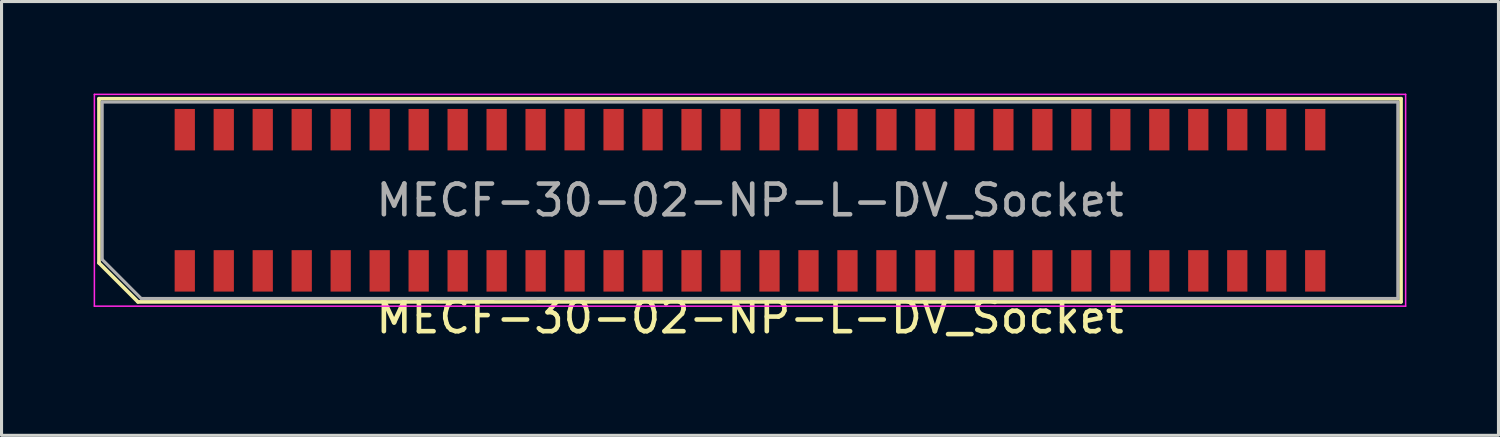
<source format=kicad_pcb>
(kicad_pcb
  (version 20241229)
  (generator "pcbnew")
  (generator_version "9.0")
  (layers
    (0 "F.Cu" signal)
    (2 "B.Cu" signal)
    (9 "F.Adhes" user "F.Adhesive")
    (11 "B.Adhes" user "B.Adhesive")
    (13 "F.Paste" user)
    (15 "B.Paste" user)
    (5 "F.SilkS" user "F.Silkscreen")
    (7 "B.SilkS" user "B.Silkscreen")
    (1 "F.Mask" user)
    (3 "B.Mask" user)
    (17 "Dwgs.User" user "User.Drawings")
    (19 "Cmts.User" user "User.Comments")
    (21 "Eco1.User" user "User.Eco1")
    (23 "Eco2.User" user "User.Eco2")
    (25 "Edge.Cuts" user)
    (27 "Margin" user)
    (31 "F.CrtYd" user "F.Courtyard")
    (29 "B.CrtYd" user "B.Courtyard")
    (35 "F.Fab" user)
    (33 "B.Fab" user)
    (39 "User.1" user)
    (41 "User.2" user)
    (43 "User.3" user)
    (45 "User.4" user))
  (footprint "MECF-30-02-NP-L-DV_Socket"
    (layer "F.Cu")
    (at 21.385 3.475)
    (property "Reference" "MECF-30-02-NP-L-DV_Socket" (at 0 3.81 0) (layer "F.SilkS") (effects (font (size 1 1) (thickness 0.15))))
    (attr smd)
    (fp_line (start -21.21 -3.31) (end 21.21 -3.31) (stroke (width 0.12) (type solid)) (layer "F.SilkS"))
    (fp_line (start -21.21 2.04) (end -21.21 -3.31) (stroke (width 0.12) (type solid)) (layer "F.SilkS"))
    (fp_line (start -19.94 3.31) (end -21.21 2.04) (stroke (width 0.12) (type solid)) (layer "F.SilkS"))
    (fp_line (start -19.94 3.31) (end 21.21 3.31) (stroke (width 0.12) (type solid)) (layer "F.SilkS"))
    (fp_line (start 21.21 3.31) (end 21.21 -3.31) (stroke (width 0.12) (type solid)) (layer "F.SilkS"))
    (fp_line (start -21.36 -3.45) (end -21.36 3.45) (stroke (width 0.05) (type solid)) (layer "F.CrtYd"))
    (fp_line (start -21.36 3.45) (end 21.36 3.45) (stroke (width 0.05) (type solid)) (layer "F.CrtYd"))
    (fp_line (start 21.36 -3.45) (end -21.36 -3.45) (stroke (width 0.05) (type solid)) (layer "F.CrtYd"))
    (fp_line (start 21.36 3.45) (end 21.36 -3.45) (stroke (width 0.05) (type solid)) (layer "F.CrtYd"))
    (fp_line (start -21.105 -3.2) (end 21.105 -3.2) (stroke (width 0.1) (type solid)) (layer "F.Fab"))
    (fp_line (start -21.105 1.93) (end -21.105 -3.2) (stroke (width 0.1) (type solid)) (layer "F.Fab"))
    (fp_line (start -21.105 1.93) (end -19.835 3.2) (stroke (width 0.1) (type solid)) (layer "F.Fab"))
    (fp_line (start -19.835 3.2) (end 21.105 3.2) (stroke (width 0.1) (type solid)) (layer "F.Fab"))
    (fp_line (start 21.105 3.2) (end 21.105 -3.2) (stroke (width 0.1) (type solid)) (layer "F.Fab"))
    (fp_text user "${REFERENCE}" (at 0 0 0) (layer "F.Fab") (effects (font (size 1 1) (thickness 0.15))))
    (pad "" np_thru_hole circle (at -20.195 0) (size 0.001 0.001) (drill 1.45) (layers "*.Cu" "*.Mask"))
    (pad "" np_thru_hole circle (at 20.195 1) (size 0.001 0.001) (drill 1.45) (layers "*.Cu" "*.Mask"))
    (pad "1" smd rect (at -18.415 2.3) (size 0.66 1.35) (layers "F.Cu" "F.Mask" "F.Paste"))
    (pad "2" smd rect (at -18.415 -2.3) (size 0.66 1.35) (layers "F.Cu" "F.Mask" "F.Paste"))
    (pad "3" smd rect (at -17.145 2.3) (size 0.66 1.35) (layers "F.Cu" "F.Mask" "F.Paste"))
    (pad "4" smd rect (at -17.145 -2.3) (size 0.66 1.35) (layers "F.Cu" "F.Mask" "F.Paste"))
    (pad "5" smd rect (at -15.875 2.3) (size 0.66 1.35) (layers "F.Cu" "F.Mask" "F.Paste"))
    (pad "6" smd rect (at -15.875 -2.3) (size 0.66 1.35) (layers "F.Cu" "F.Mask" "F.Paste"))
    (pad "7" smd rect (at -14.605 2.3) (size 0.66 1.35) (layers "F.Cu" "F.Mask" "F.Paste"))
    (pad "8" smd rect (at -14.605 -2.3) (size 0.66 1.35) (layers "F.Cu" "F.Mask" "F.Paste"))
    (pad "9" smd rect (at -13.335 2.3) (size 0.66 1.35) (layers "F.Cu" "F.Mask" "F.Paste"))
    (pad "10" smd rect (at -13.335 -2.3) (size 0.66 1.35) (layers "F.Cu" "F.Mask" "F.Paste"))
    (pad "11" smd rect (at -12.065 2.3) (size 0.66 1.35) (layers "F.Cu" "F.Mask" "F.Paste"))
    (pad "12" smd rect (at -12.065 -2.3) (size 0.66 1.35) (layers "F.Cu" "F.Mask" "F.Paste"))
    (pad "13" smd rect (at -10.795 2.3) (size 0.66 1.35) (layers "F.Cu" "F.Mask" "F.Paste"))
    (pad "14" smd rect (at -10.795 -2.3) (size 0.66 1.35) (layers "F.Cu" "F.Mask" "F.Paste"))
    (pad "15" smd rect (at -9.525 2.3) (size 0.66 1.35) (layers "F.Cu" "F.Mask" "F.Paste"))
    (pad "16" smd rect (at -9.525 -2.3) (size 0.66 1.35) (layers "F.Cu" "F.Mask" "F.Paste"))
    (pad "17" smd rect (at -8.255 2.3) (size 0.66 1.35) (layers "F.Cu" "F.Mask" "F.Paste"))
    (pad "18" smd rect (at -8.255 -2.3) (size 0.66 1.35) (layers "F.Cu" "F.Mask" "F.Paste"))
    (pad "19" smd rect (at -6.985 2.3) (size 0.66 1.35) (layers "F.Cu" "F.Mask" "F.Paste"))
    (pad "20" smd rect (at -6.985 -2.3) (size 0.66 1.35) (layers "F.Cu" "F.Mask" "F.Paste"))
    (pad "21" smd rect (at -5.715 2.3) (size 0.66 1.35) (layers "F.Cu" "F.Mask" "F.Paste"))
    (pad "22" smd rect (at -5.715 -2.3) (size 0.66 1.35) (layers "F.Cu" "F.Mask" "F.Paste"))
    (pad "23" smd rect (at -4.445 2.3) (size 0.66 1.35) (layers "F.Cu" "F.Mask" "F.Paste"))
    (pad "24" smd rect (at -4.445 -2.3) (size 0.66 1.35) (layers "F.Cu" "F.Mask" "F.Paste"))
    (pad "25" smd rect (at -3.175 2.3) (size 0.66 1.35) (layers "F.Cu" "F.Mask" "F.Paste"))
    (pad "26" smd rect (at -3.175 -2.3) (size 0.66 1.35) (layers "F.Cu" "F.Mask" "F.Paste"))
    (pad "27" smd rect (at -1.905 2.3) (size 0.66 1.35) (layers "F.Cu" "F.Mask" "F.Paste"))
    (pad "28" smd rect (at -1.905 -2.3) (size 0.66 1.35) (layers "F.Cu" "F.Mask" "F.Paste"))
    (pad "29" smd rect (at -0.635 2.3) (size 0.66 1.35) (layers "F.Cu" "F.Mask" "F.Paste"))
    (pad "30" smd rect (at -0.635 -2.3) (size 0.66 1.35) (layers "F.Cu" "F.Mask" "F.Paste"))
    (pad "31" smd rect (at 0.635 2.3) (size 0.66 1.35) (layers "F.Cu" "F.Mask" "F.Paste"))
    (pad "32" smd rect (at 0.635 -2.3) (size 0.66 1.35) (layers "F.Cu" "F.Mask" "F.Paste"))
    (pad "33" smd rect (at 1.905 2.3) (size 0.66 1.35) (layers "F.Cu" "F.Mask" "F.Paste"))
    (pad "34" smd rect (at 1.905 -2.3) (size 0.66 1.35) (layers "F.Cu" "F.Mask" "F.Paste"))
    (pad "35" smd rect (at 3.175 2.3) (size 0.66 1.35) (layers "F.Cu" "F.Mask" "F.Paste"))
    (pad "36" smd rect (at 3.175 -2.3) (size 0.66 1.35) (layers "F.Cu" "F.Mask" "F.Paste"))
    (pad "37" smd rect (at 4.445 2.3) (size 0.66 1.35) (layers "F.Cu" "F.Mask" "F.Paste"))
    (pad "38" smd rect (at 4.445 -2.3) (size 0.66 1.35) (layers "F.Cu" "F.Mask" "F.Paste"))
    (pad "39" smd rect (at 5.715 2.3) (size 0.66 1.35) (layers "F.Cu" "F.Mask" "F.Paste"))
    (pad "40" smd rect (at 5.715 -2.3) (size 0.66 1.35) (layers "F.Cu" "F.Mask" "F.Paste"))
    (pad "41" smd rect (at 6.985 2.3) (size 0.66 1.35) (layers "F.Cu" "F.Mask" "F.Paste"))
    (pad "42" smd rect (at 6.985 -2.3) (size 0.66 1.35) (layers "F.Cu" "F.Mask" "F.Paste"))
    (pad "43" smd rect (at 8.255 2.3) (size 0.66 1.35) (layers "F.Cu" "F.Mask" "F.Paste"))
    (pad "44" smd rect (at 8.255 -2.3) (size 0.66 1.35) (layers "F.Cu" "F.Mask" "F.Paste"))
    (pad "45" smd rect (at 9.525 2.3) (size 0.66 1.35) (layers "F.Cu" "F.Mask" "F.Paste"))
    (pad "46" smd rect (at 9.525 -2.3) (size 0.66 1.35) (layers "F.Cu" "F.Mask" "F.Paste"))
    (pad "47" smd rect (at 10.795 2.3) (size 0.66 1.35) (layers "F.Cu" "F.Mask" "F.Paste"))
    (pad "48" smd rect (at 10.795 -2.3) (size 0.66 1.35) (layers "F.Cu" "F.Mask" "F.Paste"))
    (pad "49" smd rect (at 12.065 2.3) (size 0.66 1.35) (layers "F.Cu" "F.Mask" "F.Paste"))
    (pad "50" smd rect (at 12.065 -2.3) (size 0.66 1.35) (layers "F.Cu" "F.Mask" "F.Paste"))
    (pad "51" smd rect (at 13.335 2.3) (size 0.66 1.35) (layers "F.Cu" "F.Mask" "F.Paste"))
    (pad "52" smd rect (at 13.335 -2.3) (size 0.66 1.35) (layers "F.Cu" "F.Mask" "F.Paste"))
    (pad "53" smd rect (at 14.605 2.3) (size 0.66 1.35) (layers "F.Cu" "F.Mask" "F.Paste"))
    (pad "54" smd rect (at 14.605 -2.3) (size 0.66 1.35) (layers "F.Cu" "F.Mask" "F.Paste"))
    (pad "55" smd rect (at 15.875 2.3) (size 0.66 1.35) (layers "F.Cu" "F.Mask" "F.Paste"))
    (pad "56" smd rect (at 15.875 -2.3) (size 0.66 1.35) (layers "F.Cu" "F.Mask" "F.Paste"))
    (pad "57" smd rect (at 17.145 2.3) (size 0.66 1.35) (layers "F.Cu" "F.Mask" "F.Paste"))
    (pad "58" smd rect (at 17.145 -2.3) (size 0.66 1.35) (layers "F.Cu" "F.Mask" "F.Paste"))
    (pad "59" smd rect (at 18.415 2.3) (size 0.66 1.35) (layers "F.Cu" "F.Mask" "F.Paste"))
    (pad "60" smd rect (at 18.415 -2.3) (size 0.66 1.35) (layers "F.Cu" "F.Mask" "F.Paste")))
  (gr_rect
    (start -3 -3)
    (end 45.77 11.133)
    (stroke (width 0.1) (type default))
    (fill no)
    (layer "Edge.Cuts")))
</source>
